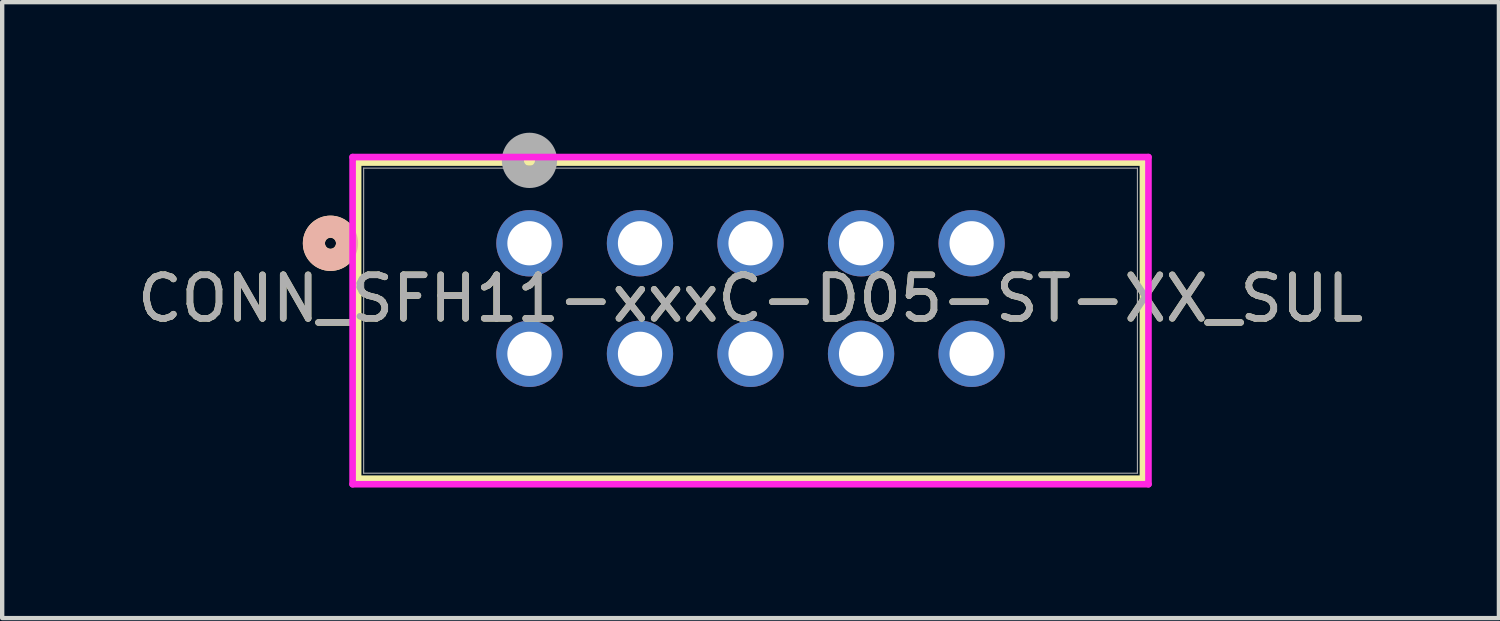
<source format=kicad_pcb>
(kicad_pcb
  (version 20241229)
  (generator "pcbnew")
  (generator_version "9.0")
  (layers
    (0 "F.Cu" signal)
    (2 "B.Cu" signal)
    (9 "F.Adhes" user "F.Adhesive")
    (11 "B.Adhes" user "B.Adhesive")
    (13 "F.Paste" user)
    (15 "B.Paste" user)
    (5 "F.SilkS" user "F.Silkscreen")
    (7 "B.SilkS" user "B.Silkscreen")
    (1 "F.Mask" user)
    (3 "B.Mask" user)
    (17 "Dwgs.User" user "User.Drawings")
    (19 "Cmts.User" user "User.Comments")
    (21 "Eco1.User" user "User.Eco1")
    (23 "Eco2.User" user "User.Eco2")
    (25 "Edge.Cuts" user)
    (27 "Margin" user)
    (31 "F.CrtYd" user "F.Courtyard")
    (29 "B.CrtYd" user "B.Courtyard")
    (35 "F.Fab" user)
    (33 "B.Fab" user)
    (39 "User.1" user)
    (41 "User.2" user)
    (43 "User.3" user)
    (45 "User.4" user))
  (footprint "CONN_SFH11-xxxC-D05-ST-XX_SUL"
    (layer "F.Cu")
    (at 9.116 2.54)
    (property "Reference" "CONN_SFH11-xxxC-D05-ST-XX_SUL" (at 5.08 1.27 0) (unlocked yes) (layer "F.SilkS") (effects (font (size 1 1) (thickness 0.15))))
    (attr through_hole)
    (fp_line (start -3.937 -1.854) (end -3.937 5.41) (stroke (width 0.152) (type solid)) (layer "F.SilkS"))
    (fp_line (start -3.937 5.41) (end 14.097 5.41) (stroke (width 0.152) (type solid)) (layer "F.SilkS"))
    (fp_line (start 14.097 -1.854) (end -3.937 -1.854) (stroke (width 0.152) (type solid)) (layer "F.SilkS"))
    (fp_line (start 14.097 5.41) (end 14.097 -1.854) (stroke (width 0.152) (type solid)) (layer "F.SilkS"))
    (fp_circle (center -4.572 0) (end -4.191 0) (stroke (width 0.508) (type solid)) (fill no) (layer "F.SilkS"))
    (fp_circle (center -4.572 0) (end -4.191 0) (stroke (width 0.508) (type solid)) (fill no) (layer "B.SilkS"))
    (fp_line (start -4.064 -1.981) (end -4.064 5.537) (stroke (width 0.152) (type solid)) (layer "F.CrtYd"))
    (fp_line (start -4.064 5.537) (end 14.224 5.537) (stroke (width 0.152) (type solid)) (layer "F.CrtYd"))
    (fp_line (start 14.224 -1.981) (end -4.064 -1.981) (stroke (width 0.152) (type solid)) (layer "F.CrtYd"))
    (fp_line (start 14.224 5.537) (end 14.224 -1.981) (stroke (width 0.152) (type solid)) (layer "F.CrtYd"))
    (fp_line (start -3.81 -1.727) (end -3.81 5.283) (stroke (width 0.025) (type solid)) (layer "F.Fab"))
    (fp_line (start -3.81 5.283) (end 13.97 5.283) (stroke (width 0.025) (type solid)) (layer "F.Fab"))
    (fp_line (start 13.97 -1.727) (end -3.81 -1.727) (stroke (width 0.025) (type solid)) (layer "F.Fab"))
    (fp_line (start 13.97 5.283) (end 13.97 -1.727) (stroke (width 0.025) (type solid)) (layer "F.Fab"))
    (fp_circle (center 0 -1.905) (end 0.381 -1.905) (stroke (width 0.508) (type solid)) (fill no) (layer "F.Fab"))
    (fp_text user "${REFERENCE}" (at 5.08 1.27 0) (unlocked yes) (layer "F.Fab") (effects (font (size 1 1) (thickness 0.15))))
    (pad "1" thru_hole circle (at 0 0) (size 1.524 1.524) (drill 1.016) (layers "*.Cu" "*.Mask"))
    (pad "2" thru_hole circle (at 0 2.54) (size 1.524 1.524) (drill 1.016) (layers "*.Cu" "*.Mask"))
    (pad "3" thru_hole circle (at 2.54 0) (size 1.524 1.524) (drill 1.016) (layers "*.Cu" "*.Mask"))
    (pad "4" thru_hole circle (at 2.54 2.54) (size 1.524 1.524) (drill 1.016) (layers "*.Cu" "*.Mask"))
    (pad "5" thru_hole circle (at 5.08 0) (size 1.524 1.524) (drill 1.016) (layers "*.Cu" "*.Mask"))
    (pad "6" thru_hole circle (at 5.08 2.54) (size 1.524 1.524) (drill 1.016) (layers "*.Cu" "*.Mask"))
    (pad "7" thru_hole circle (at 7.62 0) (size 1.524 1.524) (drill 1.016) (layers "*.Cu" "*.Mask"))
    (pad "8" thru_hole circle (at 7.62 2.54) (size 1.524 1.524) (drill 1.016) (layers "*.Cu" "*.Mask"))
    (pad "9" thru_hole circle (at 10.16 0) (size 1.524 1.524) (drill 1.016) (layers "*.Cu" "*.Mask"))
    (pad "10" thru_hole circle (at 10.16 2.54) (size 1.524 1.524) (drill 1.016) (layers "*.Cu" "*.Mask")))
  (gr_rect
    (start -3 -3)
    (end 31.393 11.153)
    (stroke (width 0.1) (type default))
    (fill no)
    (layer "Edge.Cuts")))
</source>
